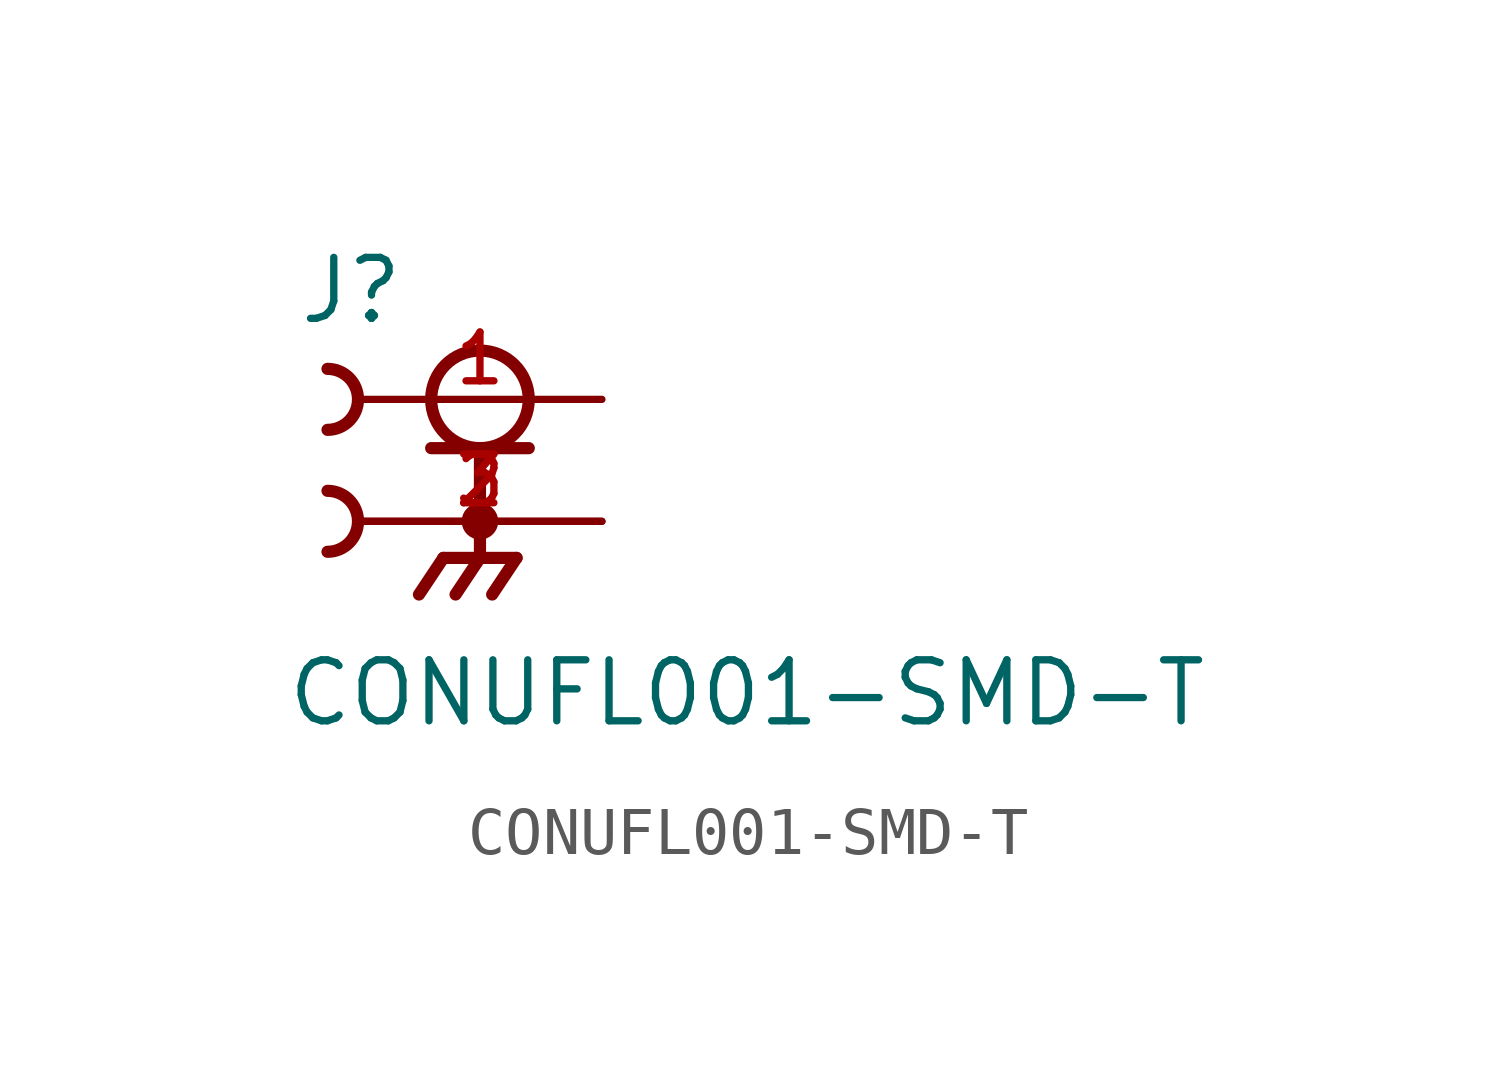
<source format=kicad_sym>
(kicad_symbol_lib
  (version 20241209)
  (generator "kicad_symbol_editor")
  (generator_version "9.0")
  (symbol "CONUFL001-SMD-T"
    (pin_names
      (offset 1.016))
    (property "Reference" "J"
      (at -3.81 4.064 0)
      (effects (font (size 1.27 1.27)) (justify left bottom)))
    (property "Value" "CONUFL001-SMD-T"
      (at -4.064 -4.318 0)
      (effects (font (size 1.27 1.27)) (justify left bottom)))
    (symbol "CONUFL001-SMD-T_0_0"
      (arc (start -3.175 3.175) (mid -2.5427 2.54) (end -3.175 1.905) (stroke (width 0.254) (type default)) (fill (type none)))
      (arc (start -3.175 0.635) (mid -2.5427 0) (end -3.175 -0.635) (stroke (width 0.254) (type default)) (fill (type none)))
      (polyline (pts (xy -1.016 1.524) (xy 0 1.524)) (stroke (width 0.254) (type default)) (fill (type none)))
      (polyline (pts (xy -0.762 -0.762) (xy -1.27 -1.524)) (stroke (width 0.254) (type default)) (fill (type none)))
      (circle (center 0 2.54) (radius 1.016) (stroke (width 0.254) (type default)) (fill (type none)))
      (polyline (pts (xy 0 1.524) (xy 0 -0.762)) (stroke (width 0.254) (type default)) (fill (type none)))
      (polyline (pts (xy 0 1.524) (xy 1.016 1.524)) (stroke (width 0.254) (type default)) (fill (type none)))
      (circle (center 0 0) (radius 0.254) (stroke (width 0.254) (type default)) (fill (type none)))
      (polyline (pts (xy 0 -0.762) (xy -0.762 -0.762)) (stroke (width 0.254) (type default)) (fill (type none)))
      (polyline (pts (xy 0 -0.762) (xy -0.508 -1.524)) (stroke (width 0.254) (type default)) (fill (type none)))
      (polyline (pts (xy 0 -0.762) (xy 0.762 -0.762)) (stroke (width 0.254) (type default)) (fill (type none)))
      (polyline (pts (xy 0.762 -0.762) (xy 0.254 -1.524)) (stroke (width 0.254) (type default)) (fill (type none)))
      (pin passive line (at 2.54 2.54 180) (length 5.08) (name "~" (effects (font (size 1.016 1.016)))) (number "1" (effects (font (size 1.016 1.016)))))
      (pin passive line (at 2.54 0 180) (length 5.08) (name "~" (effects (font (size 1.016 1.016)))) (number "2" (effects (font (size 1.016 1.016)))))
      (pin passive line (at 2.54 0 180) (length 5.08) (name "~" (effects (font (size 1.016 1.016)))) (number "3" (effects (font (size 1.016 1.016))))))))
</source>
